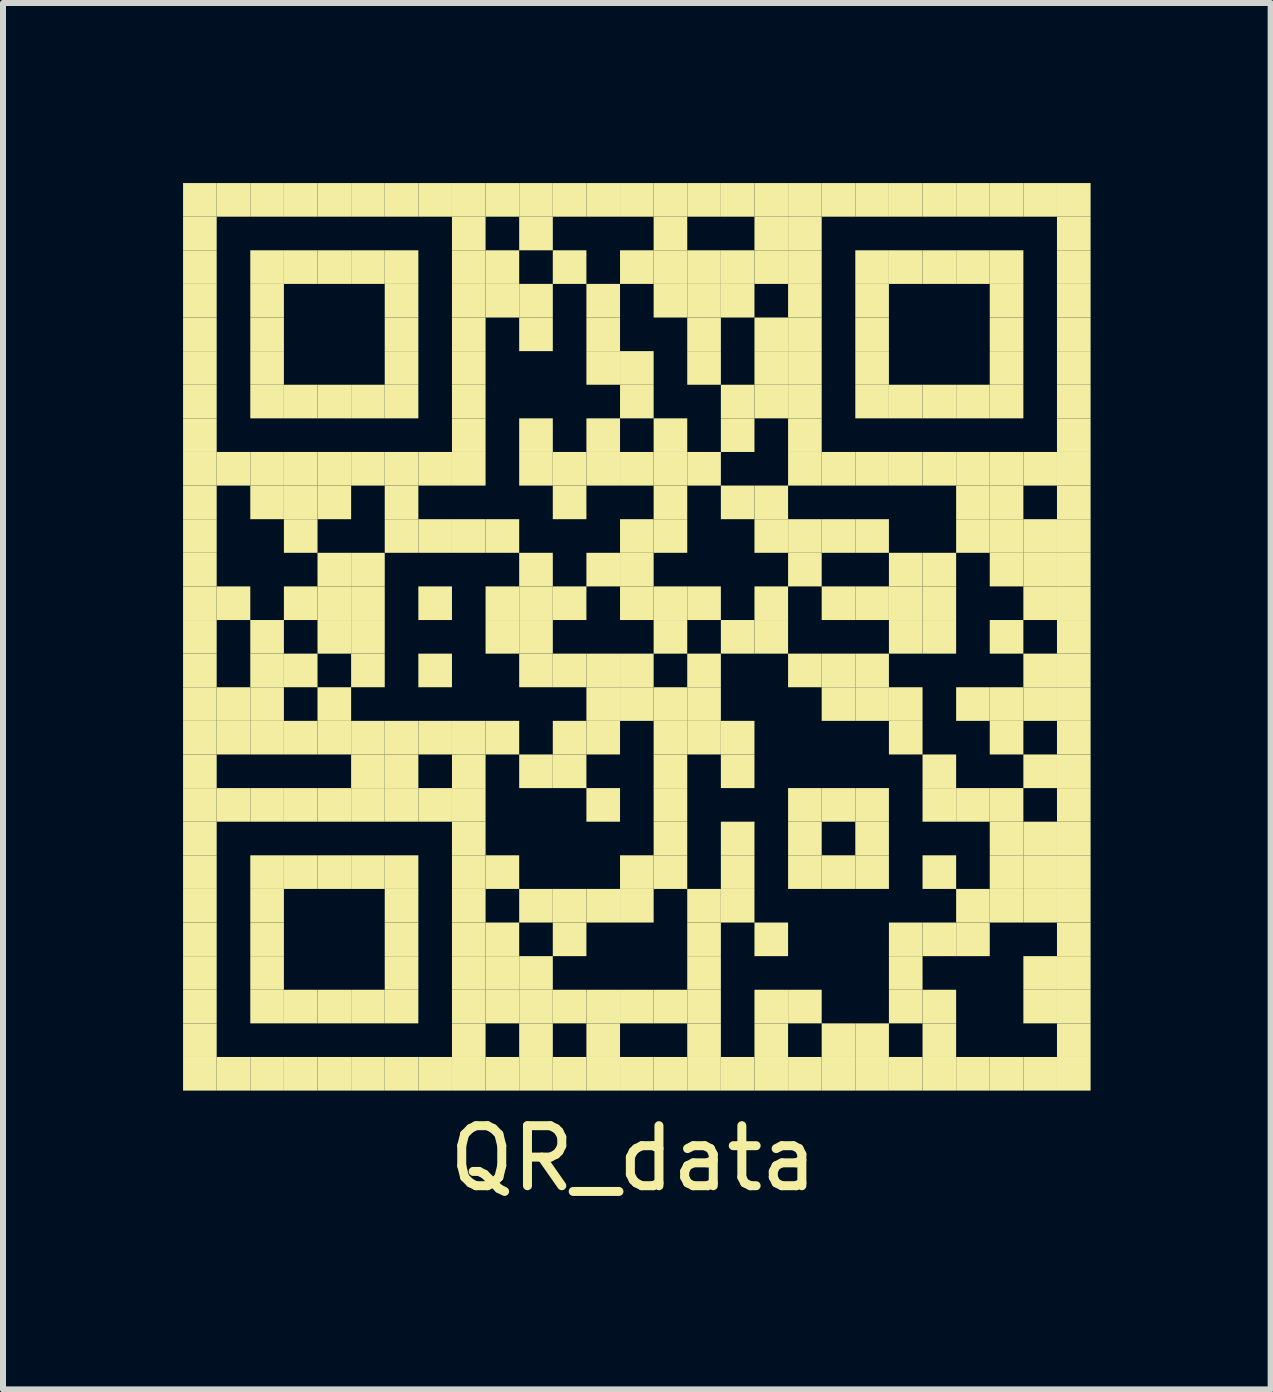
<source format=kicad_pcb>
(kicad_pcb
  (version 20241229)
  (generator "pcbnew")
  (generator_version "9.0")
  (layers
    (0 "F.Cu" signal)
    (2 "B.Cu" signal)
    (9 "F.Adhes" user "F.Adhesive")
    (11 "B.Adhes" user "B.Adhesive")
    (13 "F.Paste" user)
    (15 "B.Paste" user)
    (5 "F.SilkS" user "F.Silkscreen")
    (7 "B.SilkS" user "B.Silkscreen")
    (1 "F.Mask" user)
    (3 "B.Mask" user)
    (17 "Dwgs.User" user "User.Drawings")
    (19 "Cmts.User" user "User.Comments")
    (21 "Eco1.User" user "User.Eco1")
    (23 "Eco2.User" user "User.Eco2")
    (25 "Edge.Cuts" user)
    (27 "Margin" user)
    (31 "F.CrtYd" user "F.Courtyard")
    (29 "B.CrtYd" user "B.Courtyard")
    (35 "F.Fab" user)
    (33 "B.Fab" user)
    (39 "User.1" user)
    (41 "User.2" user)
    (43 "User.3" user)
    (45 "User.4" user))
  (footprint "QR_data"
    (layer "F.Cu")
    (at 7.5 7.5)
    (property "Reference" "QR_data" (at 0 8.75 0) (layer "F.SilkS") (effects (font (size 1 1) (thickness 0.15))))
    (attr exclude_from_pos_files exclude_from_bom)
    (fp_poly (pts (xy -7.5 -7.5) (xy -7.5 -6.94) (xy -6.94 -6.94) (xy -6.94 -7.5)) (stroke (width 0) (type solid)) (fill yes) (layer "F.SilkS"))
    (fp_poly (pts (xy -7.5 -6.94) (xy -7.5 -6.38) (xy -6.94 -6.38) (xy -6.94 -6.94)) (stroke (width 0) (type solid)) (fill yes) (layer "F.SilkS"))
    (fp_poly (pts (xy -7.5 -6.38) (xy -7.5 -5.82) (xy -6.94 -5.82) (xy -6.94 -6.38)) (stroke (width 0) (type solid)) (fill yes) (layer "F.SilkS"))
    (fp_poly (pts (xy -7.5 -5.82) (xy -7.5 -5.26) (xy -6.94 -5.26) (xy -6.94 -5.82)) (stroke (width 0) (type solid)) (fill yes) (layer "F.SilkS"))
    (fp_poly (pts (xy -7.5 -5.26) (xy -7.5 -4.7) (xy -6.94 -4.7) (xy -6.94 -5.26)) (stroke (width 0) (type solid)) (fill yes) (layer "F.SilkS"))
    (fp_poly (pts (xy -7.5 -4.7) (xy -7.5 -4.14) (xy -6.94 -4.14) (xy -6.94 -4.7)) (stroke (width 0) (type solid)) (fill yes) (layer "F.SilkS"))
    (fp_poly (pts (xy -7.5 -4.14) (xy -7.5 -3.58) (xy -6.94 -3.58) (xy -6.94 -4.14)) (stroke (width 0) (type solid)) (fill yes) (layer "F.SilkS"))
    (fp_poly (pts (xy -7.5 -3.58) (xy -7.5 -3.02) (xy -6.94 -3.02) (xy -6.94 -3.58)) (stroke (width 0) (type solid)) (fill yes) (layer "F.SilkS"))
    (fp_poly (pts (xy -7.5 -3.02) (xy -7.5 -2.46) (xy -6.94 -2.46) (xy -6.94 -3.02)) (stroke (width 0) (type solid)) (fill yes) (layer "F.SilkS"))
    (fp_poly (pts (xy -7.5 -2.46) (xy -7.5 -1.9) (xy -6.94 -1.9) (xy -6.94 -2.46)) (stroke (width 0) (type solid)) (fill yes) (layer "F.SilkS"))
    (fp_poly (pts (xy -7.5 -1.9) (xy -7.5 -1.34) (xy -6.94 -1.34) (xy -6.94 -1.9)) (stroke (width 0) (type solid)) (fill yes) (layer "F.SilkS"))
    (fp_poly (pts (xy -7.5 -1.34) (xy -7.5 -0.78) (xy -6.94 -0.78) (xy -6.94 -1.34)) (stroke (width 0) (type solid)) (fill yes) (layer "F.SilkS"))
    (fp_poly (pts (xy -7.5 -0.78) (xy -7.5 -0.22) (xy -6.94 -0.22) (xy -6.94 -0.78)) (stroke (width 0) (type solid)) (fill yes) (layer "F.SilkS"))
    (fp_poly (pts (xy -7.5 -0.22) (xy -7.5 0.34) (xy -6.94 0.34) (xy -6.94 -0.22)) (stroke (width 0) (type solid)) (fill yes) (layer "F.SilkS"))
    (fp_poly (pts (xy -7.5 0.34) (xy -7.5 0.9) (xy -6.94 0.9) (xy -6.94 0.34)) (stroke (width 0) (type solid)) (fill yes) (layer "F.SilkS"))
    (fp_poly (pts (xy -7.5 0.9) (xy -7.5 1.46) (xy -6.94 1.46) (xy -6.94 0.9)) (stroke (width 0) (type solid)) (fill yes) (layer "F.SilkS"))
    (fp_poly (pts (xy -7.5 1.46) (xy -7.5 2.02) (xy -6.94 2.02) (xy -6.94 1.46)) (stroke (width 0) (type solid)) (fill yes) (layer "F.SilkS"))
    (fp_poly (pts (xy -7.5 2.02) (xy -7.5 2.58) (xy -6.94 2.58) (xy -6.94 2.02)) (stroke (width 0) (type solid)) (fill yes) (layer "F.SilkS"))
    (fp_poly (pts (xy -7.5 2.58) (xy -7.5 3.14) (xy -6.94 3.14) (xy -6.94 2.58)) (stroke (width 0) (type solid)) (fill yes) (layer "F.SilkS"))
    (fp_poly (pts (xy -7.5 3.14) (xy -7.5 3.7) (xy -6.94 3.7) (xy -6.94 3.14)) (stroke (width 0) (type solid)) (fill yes) (layer "F.SilkS"))
    (fp_poly (pts (xy -7.5 3.7) (xy -7.5 4.26) (xy -6.94 4.26) (xy -6.94 3.7)) (stroke (width 0) (type solid)) (fill yes) (layer "F.SilkS"))
    (fp_poly (pts (xy -7.5 4.26) (xy -7.5 4.82) (xy -6.94 4.82) (xy -6.94 4.26)) (stroke (width 0) (type solid)) (fill yes) (layer "F.SilkS"))
    (fp_poly (pts (xy -7.5 4.82) (xy -7.5 5.38) (xy -6.94 5.38) (xy -6.94 4.82)) (stroke (width 0) (type solid)) (fill yes) (layer "F.SilkS"))
    (fp_poly (pts (xy -7.5 5.38) (xy -7.5 5.94) (xy -6.94 5.94) (xy -6.94 5.38)) (stroke (width 0) (type solid)) (fill yes) (layer "F.SilkS"))
    (fp_poly (pts (xy -7.5 5.94) (xy -7.5 6.5) (xy -6.94 6.5) (xy -6.94 5.94)) (stroke (width 0) (type solid)) (fill yes) (layer "F.SilkS"))
    (fp_poly (pts (xy -7.5 6.5) (xy -7.5 7.06) (xy -6.94 7.06) (xy -6.94 6.5)) (stroke (width 0) (type solid)) (fill yes) (layer "F.SilkS"))
    (fp_poly (pts (xy -7.5 7.06) (xy -7.5 7.62) (xy -6.94 7.62) (xy -6.94 7.06)) (stroke (width 0) (type solid)) (fill yes) (layer "F.SilkS"))
    (fp_poly (pts (xy -6.94 -7.5) (xy -6.94 -6.94) (xy -6.38 -6.94) (xy -6.38 -7.5)) (stroke (width 0) (type solid)) (fill yes) (layer "F.SilkS"))
    (fp_poly (pts (xy -6.94 -3.02) (xy -6.94 -2.46) (xy -6.38 -2.46) (xy -6.38 -3.02)) (stroke (width 0) (type solid)) (fill yes) (layer "F.SilkS"))
    (fp_poly (pts (xy -6.94 -0.78) (xy -6.94 -0.22) (xy -6.38 -0.22) (xy -6.38 -0.78)) (stroke (width 0) (type solid)) (fill yes) (layer "F.SilkS"))
    (fp_poly (pts (xy -6.94 0.9) (xy -6.94 1.46) (xy -6.38 1.46) (xy -6.38 0.9)) (stroke (width 0) (type solid)) (fill yes) (layer "F.SilkS"))
    (fp_poly (pts (xy -6.94 1.46) (xy -6.94 2.02) (xy -6.38 2.02) (xy -6.38 1.46)) (stroke (width 0) (type solid)) (fill yes) (layer "F.SilkS"))
    (fp_poly (pts (xy -6.94 2.58) (xy -6.94 3.14) (xy -6.38 3.14) (xy -6.38 2.58)) (stroke (width 0) (type solid)) (fill yes) (layer "F.SilkS"))
    (fp_poly (pts (xy -6.94 7.06) (xy -6.94 7.62) (xy -6.38 7.62) (xy -6.38 7.06)) (stroke (width 0) (type solid)) (fill yes) (layer "F.SilkS"))
    (fp_poly (pts (xy -6.38 -7.5) (xy -6.38 -6.94) (xy -5.82 -6.94) (xy -5.82 -7.5)) (stroke (width 0) (type solid)) (fill yes) (layer "F.SilkS"))
    (fp_poly (pts (xy -6.38 -6.38) (xy -6.38 -5.82) (xy -5.82 -5.82) (xy -5.82 -6.38)) (stroke (width 0) (type solid)) (fill yes) (layer "F.SilkS"))
    (fp_poly (pts (xy -6.38 -5.82) (xy -6.38 -5.26) (xy -5.82 -5.26) (xy -5.82 -5.82)) (stroke (width 0) (type solid)) (fill yes) (layer "F.SilkS"))
    (fp_poly (pts (xy -6.38 -5.26) (xy -6.38 -4.7) (xy -5.82 -4.7) (xy -5.82 -5.26)) (stroke (width 0) (type solid)) (fill yes) (layer "F.SilkS"))
    (fp_poly (pts (xy -6.38 -4.7) (xy -6.38 -4.14) (xy -5.82 -4.14) (xy -5.82 -4.7)) (stroke (width 0) (type solid)) (fill yes) (layer "F.SilkS"))
    (fp_poly (pts (xy -6.38 -4.14) (xy -6.38 -3.58) (xy -5.82 -3.58) (xy -5.82 -4.14)) (stroke (width 0) (type solid)) (fill yes) (layer "F.SilkS"))
    (fp_poly (pts (xy -6.38 -3.02) (xy -6.38 -2.46) (xy -5.82 -2.46) (xy -5.82 -3.02)) (stroke (width 0) (type solid)) (fill yes) (layer "F.SilkS"))
    (fp_poly (pts (xy -6.38 -2.46) (xy -6.38 -1.9) (xy -5.82 -1.9) (xy -5.82 -2.46)) (stroke (width 0) (type solid)) (fill yes) (layer "F.SilkS"))
    (fp_poly (pts (xy -6.38 -0.22) (xy -6.38 0.34) (xy -5.82 0.34) (xy -5.82 -0.22)) (stroke (width 0) (type solid)) (fill yes) (layer "F.SilkS"))
    (fp_poly (pts (xy -6.38 0.34) (xy -6.38 0.9) (xy -5.82 0.9) (xy -5.82 0.34)) (stroke (width 0) (type solid)) (fill yes) (layer "F.SilkS"))
    (fp_poly (pts (xy -6.38 0.9) (xy -6.38 1.46) (xy -5.82 1.46) (xy -5.82 0.9)) (stroke (width 0) (type solid)) (fill yes) (layer "F.SilkS"))
    (fp_poly (pts (xy -6.38 1.46) (xy -6.38 2.02) (xy -5.82 2.02) (xy -5.82 1.46)) (stroke (width 0) (type solid)) (fill yes) (layer "F.SilkS"))
    (fp_poly (pts (xy -6.38 2.58) (xy -6.38 3.14) (xy -5.82 3.14) (xy -5.82 2.58)) (stroke (width 0) (type solid)) (fill yes) (layer "F.SilkS"))
    (fp_poly (pts (xy -6.38 3.7) (xy -6.38 4.26) (xy -5.82 4.26) (xy -5.82 3.7)) (stroke (width 0) (type solid)) (fill yes) (layer "F.SilkS"))
    (fp_poly (pts (xy -6.38 4.26) (xy -6.38 4.82) (xy -5.82 4.82) (xy -5.82 4.26)) (stroke (width 0) (type solid)) (fill yes) (layer "F.SilkS"))
    (fp_poly (pts (xy -6.38 4.82) (xy -6.38 5.38) (xy -5.82 5.38) (xy -5.82 4.82)) (stroke (width 0) (type solid)) (fill yes) (layer "F.SilkS"))
    (fp_poly (pts (xy -6.38 5.38) (xy -6.38 5.94) (xy -5.82 5.94) (xy -5.82 5.38)) (stroke (width 0) (type solid)) (fill yes) (layer "F.SilkS"))
    (fp_poly (pts (xy -6.38 5.94) (xy -6.38 6.5) (xy -5.82 6.5) (xy -5.82 5.94)) (stroke (width 0) (type solid)) (fill yes) (layer "F.SilkS"))
    (fp_poly (pts (xy -6.38 7.06) (xy -6.38 7.62) (xy -5.82 7.62) (xy -5.82 7.06)) (stroke (width 0) (type solid)) (fill yes) (layer "F.SilkS"))
    (fp_poly (pts (xy -5.82 -7.5) (xy -5.82 -6.94) (xy -5.26 -6.94) (xy -5.26 -7.5)) (stroke (width 0) (type solid)) (fill yes) (layer "F.SilkS"))
    (fp_poly (pts (xy -5.82 -6.38) (xy -5.82 -5.82) (xy -5.26 -5.82) (xy -5.26 -6.38)) (stroke (width 0) (type solid)) (fill yes) (layer "F.SilkS"))
    (fp_poly (pts (xy -5.82 -4.14) (xy -5.82 -3.58) (xy -5.26 -3.58) (xy -5.26 -4.14)) (stroke (width 0) (type solid)) (fill yes) (layer "F.SilkS"))
    (fp_poly (pts (xy -5.82 -3.02) (xy -5.82 -2.46) (xy -5.26 -2.46) (xy -5.26 -3.02)) (stroke (width 0) (type solid)) (fill yes) (layer "F.SilkS"))
    (fp_poly (pts (xy -5.82 -2.46) (xy -5.82 -1.9) (xy -5.26 -1.9) (xy -5.26 -2.46)) (stroke (width 0) (type solid)) (fill yes) (layer "F.SilkS"))
    (fp_poly (pts (xy -5.82 -1.9) (xy -5.82 -1.34) (xy -5.26 -1.34) (xy -5.26 -1.9)) (stroke (width 0) (type solid)) (fill yes) (layer "F.SilkS"))
    (fp_poly (pts (xy -5.82 -0.78) (xy -5.82 -0.22) (xy -5.26 -0.22) (xy -5.26 -0.78)) (stroke (width 0) (type solid)) (fill yes) (layer "F.SilkS"))
    (fp_poly (pts (xy -5.82 0.34) (xy -5.82 0.9) (xy -5.26 0.9) (xy -5.26 0.34)) (stroke (width 0) (type solid)) (fill yes) (layer "F.SilkS"))
    (fp_poly (pts (xy -5.82 1.46) (xy -5.82 2.02) (xy -5.26 2.02) (xy -5.26 1.46)) (stroke (width 0) (type solid)) (fill yes) (layer "F.SilkS"))
    (fp_poly (pts (xy -5.82 2.58) (xy -5.82 3.14) (xy -5.26 3.14) (xy -5.26 2.58)) (stroke (width 0) (type solid)) (fill yes) (layer "F.SilkS"))
    (fp_poly (pts (xy -5.82 3.7) (xy -5.82 4.26) (xy -5.26 4.26) (xy -5.26 3.7)) (stroke (width 0) (type solid)) (fill yes) (layer "F.SilkS"))
    (fp_poly (pts (xy -5.82 5.94) (xy -5.82 6.5) (xy -5.26 6.5) (xy -5.26 5.94)) (stroke (width 0) (type solid)) (fill yes) (layer "F.SilkS"))
    (fp_poly (pts (xy -5.82 7.06) (xy -5.82 7.62) (xy -5.26 7.62) (xy -5.26 7.06)) (stroke (width 0) (type solid)) (fill yes) (layer "F.SilkS"))
    (fp_poly (pts (xy -5.26 -7.5) (xy -5.26 -6.94) (xy -4.7 -6.94) (xy -4.7 -7.5)) (stroke (width 0) (type solid)) (fill yes) (layer "F.SilkS"))
    (fp_poly (pts (xy -5.26 -6.38) (xy -5.26 -5.82) (xy -4.7 -5.82) (xy -4.7 -6.38)) (stroke (width 0) (type solid)) (fill yes) (layer "F.SilkS"))
    (fp_poly (pts (xy -5.26 -4.14) (xy -5.26 -3.58) (xy -4.7 -3.58) (xy -4.7 -4.14)) (stroke (width 0) (type solid)) (fill yes) (layer "F.SilkS"))
    (fp_poly (pts (xy -5.26 -3.02) (xy -5.26 -2.46) (xy -4.7 -2.46) (xy -4.7 -3.02)) (stroke (width 0) (type solid)) (fill yes) (layer "F.SilkS"))
    (fp_poly (pts (xy -5.26 -2.46) (xy -5.26 -1.9) (xy -4.7 -1.9) (xy -4.7 -2.46)) (stroke (width 0) (type solid)) (fill yes) (layer "F.SilkS"))
    (fp_poly (pts (xy -5.26 -1.34) (xy -5.26 -0.78) (xy -4.7 -0.78) (xy -4.7 -1.34)) (stroke (width 0) (type solid)) (fill yes) (layer "F.SilkS"))
    (fp_poly (pts (xy -5.26 -0.78) (xy -5.26 -0.22) (xy -4.7 -0.22) (xy -4.7 -0.78)) (stroke (width 0) (type solid)) (fill yes) (layer "F.SilkS"))
    (fp_poly (pts (xy -5.26 -0.22) (xy -5.26 0.34) (xy -4.7 0.34) (xy -4.7 -0.22)) (stroke (width 0) (type solid)) (fill yes) (layer "F.SilkS"))
    (fp_poly (pts (xy -5.26 0.9) (xy -5.26 1.46) (xy -4.7 1.46) (xy -4.7 0.9)) (stroke (width 0) (type solid)) (fill yes) (layer "F.SilkS"))
    (fp_poly (pts (xy -5.26 1.46) (xy -5.26 2.02) (xy -4.7 2.02) (xy -4.7 1.46)) (stroke (width 0) (type solid)) (fill yes) (layer "F.SilkS"))
    (fp_poly (pts (xy -5.26 2.58) (xy -5.26 3.14) (xy -4.7 3.14) (xy -4.7 2.58)) (stroke (width 0) (type solid)) (fill yes) (layer "F.SilkS"))
    (fp_poly (pts (xy -5.26 3.7) (xy -5.26 4.26) (xy -4.7 4.26) (xy -4.7 3.7)) (stroke (width 0) (type solid)) (fill yes) (layer "F.SilkS"))
    (fp_poly (pts (xy -5.26 5.94) (xy -5.26 6.5) (xy -4.7 6.5) (xy -4.7 5.94)) (stroke (width 0) (type solid)) (fill yes) (layer "F.SilkS"))
    (fp_poly (pts (xy -5.26 7.06) (xy -5.26 7.62) (xy -4.7 7.62) (xy -4.7 7.06)) (stroke (width 0) (type solid)) (fill yes) (layer "F.SilkS"))
    (fp_poly (pts (xy -4.7 -7.5) (xy -4.7 -6.94) (xy -4.14 -6.94) (xy -4.14 -7.5)) (stroke (width 0) (type solid)) (fill yes) (layer "F.SilkS"))
    (fp_poly (pts (xy -4.7 -6.38) (xy -4.7 -5.82) (xy -4.14 -5.82) (xy -4.14 -6.38)) (stroke (width 0) (type solid)) (fill yes) (layer "F.SilkS"))
    (fp_poly (pts (xy -4.7 -4.14) (xy -4.7 -3.58) (xy -4.14 -3.58) (xy -4.14 -4.14)) (stroke (width 0) (type solid)) (fill yes) (layer "F.SilkS"))
    (fp_poly (pts (xy -4.7 -3.02) (xy -4.7 -2.46) (xy -4.14 -2.46) (xy -4.14 -3.02)) (stroke (width 0) (type solid)) (fill yes) (layer "F.SilkS"))
    (fp_poly (pts (xy -4.7 -1.34) (xy -4.7 -0.78) (xy -4.14 -0.78) (xy -4.14 -1.34)) (stroke (width 0) (type solid)) (fill yes) (layer "F.SilkS"))
    (fp_poly (pts (xy -4.7 -0.78) (xy -4.7 -0.22) (xy -4.14 -0.22) (xy -4.14 -0.78)) (stroke (width 0) (type solid)) (fill yes) (layer "F.SilkS"))
    (fp_poly (pts (xy -4.7 -0.22) (xy -4.7 0.34) (xy -4.14 0.34) (xy -4.14 -0.22)) (stroke (width 0) (type solid)) (fill yes) (layer "F.SilkS"))
    (fp_poly (pts (xy -4.7 0.34) (xy -4.7 0.9) (xy -4.14 0.9) (xy -4.14 0.34)) (stroke (width 0) (type solid)) (fill yes) (layer "F.SilkS"))
    (fp_poly (pts (xy -4.7 1.46) (xy -4.7 2.02) (xy -4.14 2.02) (xy -4.14 1.46)) (stroke (width 0) (type solid)) (fill yes) (layer "F.SilkS"))
    (fp_poly (pts (xy -4.7 2.02) (xy -4.7 2.58) (xy -4.14 2.58) (xy -4.14 2.02)) (stroke (width 0) (type solid)) (fill yes) (layer "F.SilkS"))
    (fp_poly (pts (xy -4.7 2.58) (xy -4.7 3.14) (xy -4.14 3.14) (xy -4.14 2.58)) (stroke (width 0) (type solid)) (fill yes) (layer "F.SilkS"))
    (fp_poly (pts (xy -4.7 3.7) (xy -4.7 4.26) (xy -4.14 4.26) (xy -4.14 3.7)) (stroke (width 0) (type solid)) (fill yes) (layer "F.SilkS"))
    (fp_poly (pts (xy -4.7 5.94) (xy -4.7 6.5) (xy -4.14 6.5) (xy -4.14 5.94)) (stroke (width 0) (type solid)) (fill yes) (layer "F.SilkS"))
    (fp_poly (pts (xy -4.7 7.06) (xy -4.7 7.62) (xy -4.14 7.62) (xy -4.14 7.06)) (stroke (width 0) (type solid)) (fill yes) (layer "F.SilkS"))
    (fp_poly (pts (xy -4.14 -7.5) (xy -4.14 -6.94) (xy -3.58 -6.94) (xy -3.58 -7.5)) (stroke (width 0) (type solid)) (fill yes) (layer "F.SilkS"))
    (fp_poly (pts (xy -4.14 -6.38) (xy -4.14 -5.82) (xy -3.58 -5.82) (xy -3.58 -6.38)) (stroke (width 0) (type solid)) (fill yes) (layer "F.SilkS"))
    (fp_poly (pts (xy -4.14 -5.82) (xy -4.14 -5.26) (xy -3.58 -5.26) (xy -3.58 -5.82)) (stroke (width 0) (type solid)) (fill yes) (layer "F.SilkS"))
    (fp_poly (pts (xy -4.14 -5.26) (xy -4.14 -4.7) (xy -3.58 -4.7) (xy -3.58 -5.26)) (stroke (width 0) (type solid)) (fill yes) (layer "F.SilkS"))
    (fp_poly (pts (xy -4.14 -4.7) (xy -4.14 -4.14) (xy -3.58 -4.14) (xy -3.58 -4.7)) (stroke (width 0) (type solid)) (fill yes) (layer "F.SilkS"))
    (fp_poly (pts (xy -4.14 -4.14) (xy -4.14 -3.58) (xy -3.58 -3.58) (xy -3.58 -4.14)) (stroke (width 0) (type solid)) (fill yes) (layer "F.SilkS"))
    (fp_poly (pts (xy -4.14 -3.02) (xy -4.14 -2.46) (xy -3.58 -2.46) (xy -3.58 -3.02)) (stroke (width 0) (type solid)) (fill yes) (layer "F.SilkS"))
    (fp_poly (pts (xy -4.14 -2.46) (xy -4.14 -1.9) (xy -3.58 -1.9) (xy -3.58 -2.46)) (stroke (width 0) (type solid)) (fill yes) (layer "F.SilkS"))
    (fp_poly (pts (xy -4.14 -1.9) (xy -4.14 -1.34) (xy -3.58 -1.34) (xy -3.58 -1.9)) (stroke (width 0) (type solid)) (fill yes) (layer "F.SilkS"))
    (fp_poly (pts (xy -4.14 1.46) (xy -4.14 2.02) (xy -3.58 2.02) (xy -3.58 1.46)) (stroke (width 0) (type solid)) (fill yes) (layer "F.SilkS"))
    (fp_poly (pts (xy -4.14 2.02) (xy -4.14 2.58) (xy -3.58 2.58) (xy -3.58 2.02)) (stroke (width 0) (type solid)) (fill yes) (layer "F.SilkS"))
    (fp_poly (pts (xy -4.14 2.58) (xy -4.14 3.14) (xy -3.58 3.14) (xy -3.58 2.58)) (stroke (width 0) (type solid)) (fill yes) (layer "F.SilkS"))
    (fp_poly (pts (xy -4.14 3.7) (xy -4.14 4.26) (xy -3.58 4.26) (xy -3.58 3.7)) (stroke (width 0) (type solid)) (fill yes) (layer "F.SilkS"))
    (fp_poly (pts (xy -4.14 4.26) (xy -4.14 4.82) (xy -3.58 4.82) (xy -3.58 4.26)) (stroke (width 0) (type solid)) (fill yes) (layer "F.SilkS"))
    (fp_poly (pts (xy -4.14 4.82) (xy -4.14 5.38) (xy -3.58 5.38) (xy -3.58 4.82)) (stroke (width 0) (type solid)) (fill yes) (layer "F.SilkS"))
    (fp_poly (pts (xy -4.14 5.38) (xy -4.14 5.94) (xy -3.58 5.94) (xy -3.58 5.38)) (stroke (width 0) (type solid)) (fill yes) (layer "F.SilkS"))
    (fp_poly (pts (xy -4.14 5.94) (xy -4.14 6.5) (xy -3.58 6.5) (xy -3.58 5.94)) (stroke (width 0) (type solid)) (fill yes) (layer "F.SilkS"))
    (fp_poly (pts (xy -4.14 7.06) (xy -4.14 7.62) (xy -3.58 7.62) (xy -3.58 7.06)) (stroke (width 0) (type solid)) (fill yes) (layer "F.SilkS"))
    (fp_poly (pts (xy -3.58 -7.5) (xy -3.58 -6.94) (xy -3.02 -6.94) (xy -3.02 -7.5)) (stroke (width 0) (type solid)) (fill yes) (layer "F.SilkS"))
    (fp_poly (pts (xy -3.58 -3.02) (xy -3.58 -2.46) (xy -3.02 -2.46) (xy -3.02 -3.02)) (stroke (width 0) (type solid)) (fill yes) (layer "F.SilkS"))
    (fp_poly (pts (xy -3.58 -1.9) (xy -3.58 -1.34) (xy -3.02 -1.34) (xy -3.02 -1.9)) (stroke (width 0) (type solid)) (fill yes) (layer "F.SilkS"))
    (fp_poly (pts (xy -3.58 -0.78) (xy -3.58 -0.22) (xy -3.02 -0.22) (xy -3.02 -0.78)) (stroke (width 0) (type solid)) (fill yes) (layer "F.SilkS"))
    (fp_poly (pts (xy -3.58 0.34) (xy -3.58 0.9) (xy -3.02 0.9) (xy -3.02 0.34)) (stroke (width 0) (type solid)) (fill yes) (layer "F.SilkS"))
    (fp_poly (pts (xy -3.58 1.46) (xy -3.58 2.02) (xy -3.02 2.02) (xy -3.02 1.46)) (stroke (width 0) (type solid)) (fill yes) (layer "F.SilkS"))
    (fp_poly (pts (xy -3.58 2.58) (xy -3.58 3.14) (xy -3.02 3.14) (xy -3.02 2.58)) (stroke (width 0) (type solid)) (fill yes) (layer "F.SilkS"))
    (fp_poly (pts (xy -3.58 7.06) (xy -3.58 7.62) (xy -3.02 7.62) (xy -3.02 7.06)) (stroke (width 0) (type solid)) (fill yes) (layer "F.SilkS"))
    (fp_poly (pts (xy -3.02 -7.5) (xy -3.02 -6.94) (xy -2.46 -6.94) (xy -2.46 -7.5)) (stroke (width 0) (type solid)) (fill yes) (layer "F.SilkS"))
    (fp_poly (pts (xy -3.02 -6.94) (xy -3.02 -6.38) (xy -2.46 -6.38) (xy -2.46 -6.94)) (stroke (width 0) (type solid)) (fill yes) (layer "F.SilkS"))
    (fp_poly (pts (xy -3.02 -6.38) (xy -3.02 -5.82) (xy -2.46 -5.82) (xy -2.46 -6.38)) (stroke (width 0) (type solid)) (fill yes) (layer "F.SilkS"))
    (fp_poly (pts (xy -3.02 -5.82) (xy -3.02 -5.26) (xy -2.46 -5.26) (xy -2.46 -5.82)) (stroke (width 0) (type solid)) (fill yes) (layer "F.SilkS"))
    (fp_poly (pts (xy -3.02 -5.26) (xy -3.02 -4.7) (xy -2.46 -4.7) (xy -2.46 -5.26)) (stroke (width 0) (type solid)) (fill yes) (layer "F.SilkS"))
    (fp_poly (pts (xy -3.02 -4.7) (xy -3.02 -4.14) (xy -2.46 -4.14) (xy -2.46 -4.7)) (stroke (width 0) (type solid)) (fill yes) (layer "F.SilkS"))
    (fp_poly (pts (xy -3.02 -4.14) (xy -3.02 -3.58) (xy -2.46 -3.58) (xy -2.46 -4.14)) (stroke (width 0) (type solid)) (fill yes) (layer "F.SilkS"))
    (fp_poly (pts (xy -3.02 -3.58) (xy -3.02 -3.02) (xy -2.46 -3.02) (xy -2.46 -3.58)) (stroke (width 0) (type solid)) (fill yes) (layer "F.SilkS"))
    (fp_poly (pts (xy -3.02 -3.02) (xy -3.02 -2.46) (xy -2.46 -2.46) (xy -2.46 -3.02)) (stroke (width 0) (type solid)) (fill yes) (layer "F.SilkS"))
    (fp_poly (pts (xy -3.02 -1.9) (xy -3.02 -1.34) (xy -2.46 -1.34) (xy -2.46 -1.9)) (stroke (width 0) (type solid)) (fill yes) (layer "F.SilkS"))
    (fp_poly (pts (xy -3.02 1.46) (xy -3.02 2.02) (xy -2.46 2.02) (xy -2.46 1.46)) (stroke (width 0) (type solid)) (fill yes) (layer "F.SilkS"))
    (fp_poly (pts (xy -3.02 2.02) (xy -3.02 2.58) (xy -2.46 2.58) (xy -2.46 2.02)) (stroke (width 0) (type solid)) (fill yes) (layer "F.SilkS"))
    (fp_poly (pts (xy -3.02 2.58) (xy -3.02 3.14) (xy -2.46 3.14) (xy -2.46 2.58)) (stroke (width 0) (type solid)) (fill yes) (layer "F.SilkS"))
    (fp_poly (pts (xy -3.02 3.14) (xy -3.02 3.7) (xy -2.46 3.7) (xy -2.46 3.14)) (stroke (width 0) (type solid)) (fill yes) (layer "F.SilkS"))
    (fp_poly (pts (xy -3.02 3.7) (xy -3.02 4.26) (xy -2.46 4.26) (xy -2.46 3.7)) (stroke (width 0) (type solid)) (fill yes) (layer "F.SilkS"))
    (fp_poly (pts (xy -3.02 4.26) (xy -3.02 4.82) (xy -2.46 4.82) (xy -2.46 4.26)) (stroke (width 0) (type solid)) (fill yes) (layer "F.SilkS"))
    (fp_poly (pts (xy -3.02 4.82) (xy -3.02 5.38) (xy -2.46 5.38) (xy -2.46 4.82)) (stroke (width 0) (type solid)) (fill yes) (layer "F.SilkS"))
    (fp_poly (pts (xy -3.02 5.38) (xy -3.02 5.94) (xy -2.46 5.94) (xy -2.46 5.38)) (stroke (width 0) (type solid)) (fill yes) (layer "F.SilkS"))
    (fp_poly (pts (xy -3.02 5.94) (xy -3.02 6.5) (xy -2.46 6.5) (xy -2.46 5.94)) (stroke (width 0) (type solid)) (fill yes) (layer "F.SilkS"))
    (fp_poly (pts (xy -3.02 6.5) (xy -3.02 7.06) (xy -2.46 7.06) (xy -2.46 6.5)) (stroke (width 0) (type solid)) (fill yes) (layer "F.SilkS"))
    (fp_poly (pts (xy -3.02 7.06) (xy -3.02 7.62) (xy -2.46 7.62) (xy -2.46 7.06)) (stroke (width 0) (type solid)) (fill yes) (layer "F.SilkS"))
    (fp_poly (pts (xy -2.46 -7.5) (xy -2.46 -6.94) (xy -1.9 -6.94) (xy -1.9 -7.5)) (stroke (width 0) (type solid)) (fill yes) (layer "F.SilkS"))
    (fp_poly (pts (xy -2.46 -6.38) (xy -2.46 -5.82) (xy -1.9 -5.82) (xy -1.9 -6.38)) (stroke (width 0) (type solid)) (fill yes) (layer "F.SilkS"))
    (fp_poly (pts (xy -2.46 -5.82) (xy -2.46 -5.26) (xy -1.9 -5.26) (xy -1.9 -5.82)) (stroke (width 0) (type solid)) (fill yes) (layer "F.SilkS"))
    (fp_poly (pts (xy -2.46 -1.9) (xy -2.46 -1.34) (xy -1.9 -1.34) (xy -1.9 -1.9)) (stroke (width 0) (type solid)) (fill yes) (layer "F.SilkS"))
    (fp_poly (pts (xy -2.46 -0.78) (xy -2.46 -0.22) (xy -1.9 -0.22) (xy -1.9 -0.78)) (stroke (width 0) (type solid)) (fill yes) (layer "F.SilkS"))
    (fp_poly (pts (xy -2.46 -0.22) (xy -2.46 0.34) (xy -1.9 0.34) (xy -1.9 -0.22)) (stroke (width 0) (type solid)) (fill yes) (layer "F.SilkS"))
    (fp_poly (pts (xy -2.46 1.46) (xy -2.46 2.02) (xy -1.9 2.02) (xy -1.9 1.46)) (stroke (width 0) (type solid)) (fill yes) (layer "F.SilkS"))
    (fp_poly (pts (xy -2.46 3.7) (xy -2.46 4.26) (xy -1.9 4.26) (xy -1.9 3.7)) (stroke (width 0) (type solid)) (fill yes) (layer "F.SilkS"))
    (fp_poly (pts (xy -2.46 4.82) (xy -2.46 5.38) (xy -1.9 5.38) (xy -1.9 4.82)) (stroke (width 0) (type solid)) (fill yes) (layer "F.SilkS"))
    (fp_poly (pts (xy -2.46 5.38) (xy -2.46 5.94) (xy -1.9 5.94) (xy -1.9 5.38)) (stroke (width 0) (type solid)) (fill yes) (layer "F.SilkS"))
    (fp_poly (pts (xy -2.46 5.94) (xy -2.46 6.5) (xy -1.9 6.5) (xy -1.9 5.94)) (stroke (width 0) (type solid)) (fill yes) (layer "F.SilkS"))
    (fp_poly (pts (xy -2.46 7.06) (xy -2.46 7.62) (xy -1.9 7.62) (xy -1.9 7.06)) (stroke (width 0) (type solid)) (fill yes) (layer "F.SilkS"))
    (fp_poly (pts (xy -1.9 -7.5) (xy -1.9 -6.94) (xy -1.34 -6.94) (xy -1.34 -7.5)) (stroke (width 0) (type solid)) (fill yes) (layer "F.SilkS"))
    (fp_poly (pts (xy -1.9 -6.94) (xy -1.9 -6.38) (xy -1.34 -6.38) (xy -1.34 -6.94)) (stroke (width 0) (type solid)) (fill yes) (layer "F.SilkS"))
    (fp_poly (pts (xy -1.9 -5.82) (xy -1.9 -5.26) (xy -1.34 -5.26) (xy -1.34 -5.82)) (stroke (width 0) (type solid)) (fill yes) (layer "F.SilkS"))
    (fp_poly (pts (xy -1.9 -5.26) (xy -1.9 -4.7) (xy -1.34 -4.7) (xy -1.34 -5.26)) (stroke (width 0) (type solid)) (fill yes) (layer "F.SilkS"))
    (fp_poly (pts (xy -1.9 -3.58) (xy -1.9 -3.02) (xy -1.34 -3.02) (xy -1.34 -3.58)) (stroke (width 0) (type solid)) (fill yes) (layer "F.SilkS"))
    (fp_poly (pts (xy -1.9 -3.02) (xy -1.9 -2.46) (xy -1.34 -2.46) (xy -1.34 -3.02)) (stroke (width 0) (type solid)) (fill yes) (layer "F.SilkS"))
    (fp_poly (pts (xy -1.9 -1.34) (xy -1.9 -0.78) (xy -1.34 -0.78) (xy -1.34 -1.34)) (stroke (width 0) (type solid)) (fill yes) (layer "F.SilkS"))
    (fp_poly (pts (xy -1.9 -0.78) (xy -1.9 -0.22) (xy -1.34 -0.22) (xy -1.34 -0.78)) (stroke (width 0) (type solid)) (fill yes) (layer "F.SilkS"))
    (fp_poly (pts (xy -1.9 -0.22) (xy -1.9 0.34) (xy -1.34 0.34) (xy -1.34 -0.22)) (stroke (width 0) (type solid)) (fill yes) (layer "F.SilkS"))
    (fp_poly (pts (xy -1.9 0.34) (xy -1.9 0.9) (xy -1.34 0.9) (xy -1.34 0.34)) (stroke (width 0) (type solid)) (fill yes) (layer "F.SilkS"))
    (fp_poly (pts (xy -1.9 2.02) (xy -1.9 2.58) (xy -1.34 2.58) (xy -1.34 2.02)) (stroke (width 0) (type solid)) (fill yes) (layer "F.SilkS"))
    (fp_poly (pts (xy -1.9 4.26) (xy -1.9 4.82) (xy -1.34 4.82) (xy -1.34 4.26)) (stroke (width 0) (type solid)) (fill yes) (layer "F.SilkS"))
    (fp_poly (pts (xy -1.9 5.38) (xy -1.9 5.94) (xy -1.34 5.94) (xy -1.34 5.38)) (stroke (width 0) (type solid)) (fill yes) (layer "F.SilkS"))
    (fp_poly (pts (xy -1.9 5.94) (xy -1.9 6.5) (xy -1.34 6.5) (xy -1.34 5.94)) (stroke (width 0) (type solid)) (fill yes) (layer "F.SilkS"))
    (fp_poly (pts (xy -1.9 6.5) (xy -1.9 7.06) (xy -1.34 7.06) (xy -1.34 6.5)) (stroke (width 0) (type solid)) (fill yes) (layer "F.SilkS"))
    (fp_poly (pts (xy -1.9 7.06) (xy -1.9 7.62) (xy -1.34 7.62) (xy -1.34 7.06)) (stroke (width 0) (type solid)) (fill yes) (layer "F.SilkS"))
    (fp_poly (pts (xy -1.34 -7.5) (xy -1.34 -6.94) (xy -0.78 -6.94) (xy -0.78 -7.5)) (stroke (width 0) (type solid)) (fill yes) (layer "F.SilkS"))
    (fp_poly (pts (xy -1.34 -6.38) (xy -1.34 -5.82) (xy -0.78 -5.82) (xy -0.78 -6.38)) (stroke (width 0) (type solid)) (fill yes) (layer "F.SilkS"))
    (fp_poly (pts (xy -1.34 -3.02) (xy -1.34 -2.46) (xy -0.78 -2.46) (xy -0.78 -3.02)) (stroke (width 0) (type solid)) (fill yes) (layer "F.SilkS"))
    (fp_poly (pts (xy -1.34 -2.46) (xy -1.34 -1.9) (xy -0.78 -1.9) (xy -0.78 -2.46)) (stroke (width 0) (type solid)) (fill yes) (layer "F.SilkS"))
    (fp_poly (pts (xy -1.34 -0.78) (xy -1.34 -0.22) (xy -0.78 -0.22) (xy -0.78 -0.78)) (stroke (width 0) (type solid)) (fill yes) (layer "F.SilkS"))
    (fp_poly (pts (xy -1.34 0.34) (xy -1.34 0.9) (xy -0.78 0.9) (xy -0.78 0.34)) (stroke (width 0) (type solid)) (fill yes) (layer "F.SilkS"))
    (fp_poly (pts (xy -1.34 1.46) (xy -1.34 2.02) (xy -0.78 2.02) (xy -0.78 1.46)) (stroke (width 0) (type solid)) (fill yes) (layer "F.SilkS"))
    (fp_poly (pts (xy -1.34 2.02) (xy -1.34 2.58) (xy -0.78 2.58) (xy -0.78 2.02)) (stroke (width 0) (type solid)) (fill yes) (layer "F.SilkS"))
    (fp_poly (pts (xy -1.34 4.26) (xy -1.34 4.82) (xy -0.78 4.82) (xy -0.78 4.26)) (stroke (width 0) (type solid)) (fill yes) (layer "F.SilkS"))
    (fp_poly (pts (xy -1.34 4.82) (xy -1.34 5.38) (xy -0.78 5.38) (xy -0.78 4.82)) (stroke (width 0) (type solid)) (fill yes) (layer "F.SilkS"))
    (fp_poly (pts (xy -1.34 5.94) (xy -1.34 6.5) (xy -0.78 6.5) (xy -0.78 5.94)) (stroke (width 0) (type solid)) (fill yes) (layer "F.SilkS"))
    (fp_poly (pts (xy -1.34 7.06) (xy -1.34 7.62) (xy -0.78 7.62) (xy -0.78 7.06)) (stroke (width 0) (type solid)) (fill yes) (layer "F.SilkS"))
    (fp_poly (pts (xy -0.78 -7.5) (xy -0.78 -6.94) (xy -0.22 -6.94) (xy -0.22 -7.5)) (stroke (width 0) (type solid)) (fill yes) (layer "F.SilkS"))
    (fp_poly (pts (xy -0.78 -5.82) (xy -0.78 -5.26) (xy -0.22 -5.26) (xy -0.22 -5.82)) (stroke (width 0) (type solid)) (fill yes) (layer "F.SilkS"))
    (fp_poly (pts (xy -0.78 -5.26) (xy -0.78 -4.7) (xy -0.22 -4.7) (xy -0.22 -5.26)) (stroke (width 0) (type solid)) (fill yes) (layer "F.SilkS"))
    (fp_poly (pts (xy -0.78 -4.7) (xy -0.78 -4.14) (xy -0.22 -4.14) (xy -0.22 -4.7)) (stroke (width 0) (type solid)) (fill yes) (layer "F.SilkS"))
    (fp_poly (pts (xy -0.78 -3.58) (xy -0.78 -3.02) (xy -0.22 -3.02) (xy -0.22 -3.58)) (stroke (width 0) (type solid)) (fill yes) (layer "F.SilkS"))
    (fp_poly (pts (xy -0.78 -3.02) (xy -0.78 -2.46) (xy -0.22 -2.46) (xy -0.22 -3.02)) (stroke (width 0) (type solid)) (fill yes) (layer "F.SilkS"))
    (fp_poly (pts (xy -0.78 -1.34) (xy -0.78 -0.78) (xy -0.22 -0.78) (xy -0.22 -1.34)) (stroke (width 0) (type solid)) (fill yes) (layer "F.SilkS"))
    (fp_poly (pts (xy -0.78 0.34) (xy -0.78 0.9) (xy -0.22 0.9) (xy -0.22 0.34)) (stroke (width 0) (type solid)) (fill yes) (layer "F.SilkS"))
    (fp_poly (pts (xy -0.78 0.9) (xy -0.78 1.46) (xy -0.22 1.46) (xy -0.22 0.9)) (stroke (width 0) (type solid)) (fill yes) (layer "F.SilkS"))
    (fp_poly (pts (xy -0.78 1.46) (xy -0.78 2.02) (xy -0.22 2.02) (xy -0.22 1.46)) (stroke (width 0) (type solid)) (fill yes) (layer "F.SilkS"))
    (fp_poly (pts (xy -0.78 2.58) (xy -0.78 3.14) (xy -0.22 3.14) (xy -0.22 2.58)) (stroke (width 0) (type solid)) (fill yes) (layer "F.SilkS"))
    (fp_poly (pts (xy -0.78 4.26) (xy -0.78 4.82) (xy -0.22 4.82) (xy -0.22 4.26)) (stroke (width 0) (type solid)) (fill yes) (layer "F.SilkS"))
    (fp_poly (pts (xy -0.78 5.94) (xy -0.78 6.5) (xy -0.22 6.5) (xy -0.22 5.94)) (stroke (width 0) (type solid)) (fill yes) (layer "F.SilkS"))
    (fp_poly (pts (xy -0.78 6.5) (xy -0.78 7.06) (xy -0.22 7.06) (xy -0.22 6.5)) (stroke (width 0) (type solid)) (fill yes) (layer "F.SilkS"))
    (fp_poly (pts (xy -0.78 7.06) (xy -0.78 7.62) (xy -0.22 7.62) (xy -0.22 7.06)) (stroke (width 0) (type solid)) (fill yes) (layer "F.SilkS"))
    (fp_poly (pts (xy -0.22 -7.5) (xy -0.22 -6.94) (xy 0.34 -6.94) (xy 0.34 -7.5)) (stroke (width 0) (type solid)) (fill yes) (layer "F.SilkS"))
    (fp_poly (pts (xy -0.22 -6.38) (xy -0.22 -5.82) (xy 0.34 -5.82) (xy 0.34 -6.38)) (stroke (width 0) (type solid)) (fill yes) (layer "F.SilkS"))
    (fp_poly (pts (xy -0.22 -4.7) (xy -0.22 -4.14) (xy 0.34 -4.14) (xy 0.34 -4.7)) (stroke (width 0) (type solid)) (fill yes) (layer "F.SilkS"))
    (fp_poly (pts (xy -0.22 -4.14) (xy -0.22 -3.58) (xy 0.34 -3.58) (xy 0.34 -4.14)) (stroke (width 0) (type solid)) (fill yes) (layer "F.SilkS"))
    (fp_poly (pts (xy -0.22 -3.02) (xy -0.22 -2.46) (xy 0.34 -2.46) (xy 0.34 -3.02)) (stroke (width 0) (type solid)) (fill yes) (layer "F.SilkS"))
    (fp_poly (pts (xy -0.22 -1.9) (xy -0.22 -1.34) (xy 0.34 -1.34) (xy 0.34 -1.9)) (stroke (width 0) (type solid)) (fill yes) (layer "F.SilkS"))
    (fp_poly (pts (xy -0.22 -1.34) (xy -0.22 -0.78) (xy 0.34 -0.78) (xy 0.34 -1.34)) (stroke (width 0) (type solid)) (fill yes) (layer "F.SilkS"))
    (fp_poly (pts (xy -0.22 -0.78) (xy -0.22 -0.22) (xy 0.34 -0.22) (xy 0.34 -0.78)) (stroke (width 0) (type solid)) (fill yes) (layer "F.SilkS"))
    (fp_poly (pts (xy -0.22 0.34) (xy -0.22 0.9) (xy 0.34 0.9) (xy 0.34 0.34)) (stroke (width 0) (type solid)) (fill yes) (layer "F.SilkS"))
    (fp_poly (pts (xy -0.22 0.9) (xy -0.22 1.46) (xy 0.34 1.46) (xy 0.34 0.9)) (stroke (width 0) (type solid)) (fill yes) (layer "F.SilkS"))
    (fp_poly (pts (xy -0.22 3.7) (xy -0.22 4.26) (xy 0.34 4.26) (xy 0.34 3.7)) (stroke (width 0) (type solid)) (fill yes) (layer "F.SilkS"))
    (fp_poly (pts (xy -0.22 4.26) (xy -0.22 4.82) (xy 0.34 4.82) (xy 0.34 4.26)) (stroke (width 0) (type solid)) (fill yes) (layer "F.SilkS"))
    (fp_poly (pts (xy -0.22 5.94) (xy -0.22 6.5) (xy 0.34 6.5) (xy 0.34 5.94)) (stroke (width 0) (type solid)) (fill yes) (layer "F.SilkS"))
    (fp_poly (pts (xy -0.22 7.06) (xy -0.22 7.62) (xy 0.34 7.62) (xy 0.34 7.06)) (stroke (width 0) (type solid)) (fill yes) (layer "F.SilkS"))
    (fp_poly (pts (xy 0.34 -7.5) (xy 0.34 -6.94) (xy 0.9 -6.94) (xy 0.9 -7.5)) (stroke (width 0) (type solid)) (fill yes) (layer "F.SilkS"))
    (fp_poly (pts (xy 0.34 -6.94) (xy 0.34 -6.38) (xy 0.9 -6.38) (xy 0.9 -6.94)) (stroke (width 0) (type solid)) (fill yes) (layer "F.SilkS"))
    (fp_poly (pts (xy 0.34 -6.38) (xy 0.34 -5.82) (xy 0.9 -5.82) (xy 0.9 -6.38)) (stroke (width 0) (type solid)) (fill yes) (layer "F.SilkS"))
    (fp_poly (pts (xy 0.34 -5.82) (xy 0.34 -5.26) (xy 0.9 -5.26) (xy 0.9 -5.82)) (stroke (width 0) (type solid)) (fill yes) (layer "F.SilkS"))
    (fp_poly (pts (xy 0.34 -3.58) (xy 0.34 -3.02) (xy 0.9 -3.02) (xy 0.9 -3.58)) (stroke (width 0) (type solid)) (fill yes) (layer "F.SilkS"))
    (fp_poly (pts (xy 0.34 -3.02) (xy 0.34 -2.46) (xy 0.9 -2.46) (xy 0.9 -3.02)) (stroke (width 0) (type solid)) (fill yes) (layer "F.SilkS"))
    (fp_poly (pts (xy 0.34 -2.46) (xy 0.34 -1.9) (xy 0.9 -1.9) (xy 0.9 -2.46)) (stroke (width 0) (type solid)) (fill yes) (layer "F.SilkS"))
    (fp_poly (pts (xy 0.34 -1.9) (xy 0.34 -1.34) (xy 0.9 -1.34) (xy 0.9 -1.9)) (stroke (width 0) (type solid)) (fill yes) (layer "F.SilkS"))
    (fp_poly (pts (xy 0.34 -0.78) (xy 0.34 -0.22) (xy 0.9 -0.22) (xy 0.9 -0.78)) (stroke (width 0) (type solid)) (fill yes) (layer "F.SilkS"))
    (fp_poly (pts (xy 0.34 -0.22) (xy 0.34 0.34) (xy 0.9 0.34) (xy 0.9 -0.22)) (stroke (width 0) (type solid)) (fill yes) (layer "F.SilkS"))
    (fp_poly (pts (xy 0.34 0.9) (xy 0.34 1.46) (xy 0.9 1.46) (xy 0.9 0.9)) (stroke (width 0) (type solid)) (fill yes) (layer "F.SilkS"))
    (fp_poly (pts (xy 0.34 1.46) (xy 0.34 2.02) (xy 0.9 2.02) (xy 0.9 1.46)) (stroke (width 0) (type solid)) (fill yes) (layer "F.SilkS"))
    (fp_poly (pts (xy 0.34 2.02) (xy 0.34 2.58) (xy 0.9 2.58) (xy 0.9 2.02)) (stroke (width 0) (type solid)) (fill yes) (layer "F.SilkS"))
    (fp_poly (pts (xy 0.34 2.58) (xy 0.34 3.14) (xy 0.9 3.14) (xy 0.9 2.58)) (stroke (width 0) (type solid)) (fill yes) (layer "F.SilkS"))
    (fp_poly (pts (xy 0.34 3.14) (xy 0.34 3.7) (xy 0.9 3.7) (xy 0.9 3.14)) (stroke (width 0) (type solid)) (fill yes) (layer "F.SilkS"))
    (fp_poly (pts (xy 0.34 3.7) (xy 0.34 4.26) (xy 0.9 4.26) (xy 0.9 3.7)) (stroke (width 0) (type solid)) (fill yes) (layer "F.SilkS"))
    (fp_poly (pts (xy 0.34 5.94) (xy 0.34 6.5) (xy 0.9 6.5) (xy 0.9 5.94)) (stroke (width 0) (type solid)) (fill yes) (layer "F.SilkS"))
    (fp_poly (pts (xy 0.34 7.06) (xy 0.34 7.62) (xy 0.9 7.62) (xy 0.9 7.06)) (stroke (width 0) (type solid)) (fill yes) (layer "F.SilkS"))
    (fp_poly (pts (xy 0.9 -7.5) (xy 0.9 -6.94) (xy 1.46 -6.94) (xy 1.46 -7.5)) (stroke (width 0) (type solid)) (fill yes) (layer "F.SilkS"))
    (fp_poly (pts (xy 0.9 -6.38) (xy 0.9 -5.82) (xy 1.46 -5.82) (xy 1.46 -6.38)) (stroke (width 0) (type solid)) (fill yes) (layer "F.SilkS"))
    (fp_poly (pts (xy 0.9 -5.82) (xy 0.9 -5.26) (xy 1.46 -5.26) (xy 1.46 -5.82)) (stroke (width 0) (type solid)) (fill yes) (layer "F.SilkS"))
    (fp_poly (pts (xy 0.9 -5.26) (xy 0.9 -4.7) (xy 1.46 -4.7) (xy 1.46 -5.26)) (stroke (width 0) (type solid)) (fill yes) (layer "F.SilkS"))
    (fp_poly (pts (xy 0.9 -4.7) (xy 0.9 -4.14) (xy 1.46 -4.14) (xy 1.46 -4.7)) (stroke (width 0) (type solid)) (fill yes) (layer "F.SilkS"))
    (fp_poly (pts (xy 0.9 -3.02) (xy 0.9 -2.46) (xy 1.46 -2.46) (xy 1.46 -3.02)) (stroke (width 0) (type solid)) (fill yes) (layer "F.SilkS"))
    (fp_poly (pts (xy 0.9 -0.78) (xy 0.9 -0.22) (xy 1.46 -0.22) (xy 1.46 -0.78)) (stroke (width 0) (type solid)) (fill yes) (layer "F.SilkS"))
    (fp_poly (pts (xy 0.9 0.34) (xy 0.9 0.9) (xy 1.46 0.9) (xy 1.46 0.34)) (stroke (width 0) (type solid)) (fill yes) (layer "F.SilkS"))
    (fp_poly (pts (xy 0.9 0.9) (xy 0.9 1.46) (xy 1.46 1.46) (xy 1.46 0.9)) (stroke (width 0) (type solid)) (fill yes) (layer "F.SilkS"))
    (fp_poly (pts (xy 0.9 1.46) (xy 0.9 2.02) (xy 1.46 2.02) (xy 1.46 1.46)) (stroke (width 0) (type solid)) (fill yes) (layer "F.SilkS"))
    (fp_poly (pts (xy 0.9 4.26) (xy 0.9 4.82) (xy 1.46 4.82) (xy 1.46 4.26)) (stroke (width 0) (type solid)) (fill yes) (layer "F.SilkS"))
    (fp_poly (pts (xy 0.9 4.82) (xy 0.9 5.38) (xy 1.46 5.38) (xy 1.46 4.82)) (stroke (width 0) (type solid)) (fill yes) (layer "F.SilkS"))
    (fp_poly (pts (xy 0.9 5.38) (xy 0.9 5.94) (xy 1.46 5.94) (xy 1.46 5.38)) (stroke (width 0) (type solid)) (fill yes) (layer "F.SilkS"))
    (fp_poly (pts (xy 0.9 5.94) (xy 0.9 6.5) (xy 1.46 6.5) (xy 1.46 5.94)) (stroke (width 0) (type solid)) (fill yes) (layer "F.SilkS"))
    (fp_poly (pts (xy 0.9 6.5) (xy 0.9 7.06) (xy 1.46 7.06) (xy 1.46 6.5)) (stroke (width 0) (type solid)) (fill yes) (layer "F.SilkS"))
    (fp_poly (pts (xy 0.9 7.06) (xy 0.9 7.62) (xy 1.46 7.62) (xy 1.46 7.06)) (stroke (width 0) (type solid)) (fill yes) (layer "F.SilkS"))
    (fp_poly (pts (xy 1.46 -7.5) (xy 1.46 -6.94) (xy 2.02 -6.94) (xy 2.02 -7.5)) (stroke (width 0) (type solid)) (fill yes) (layer "F.SilkS"))
    (fp_poly (pts (xy 1.46 -6.38) (xy 1.46 -5.82) (xy 2.02 -5.82) (xy 2.02 -6.38)) (stroke (width 0) (type solid)) (fill yes) (layer "F.SilkS"))
    (fp_poly (pts (xy 1.46 -5.82) (xy 1.46 -5.26) (xy 2.02 -5.26) (xy 2.02 -5.82)) (stroke (width 0) (type solid)) (fill yes) (layer "F.SilkS"))
    (fp_poly (pts (xy 1.46 -4.14) (xy 1.46 -3.58) (xy 2.02 -3.58) (xy 2.02 -4.14)) (stroke (width 0) (type solid)) (fill yes) (layer "F.SilkS"))
    (fp_poly (pts (xy 1.46 -3.58) (xy 1.46 -3.02) (xy 2.02 -3.02) (xy 2.02 -3.58)) (stroke (width 0) (type solid)) (fill yes) (layer "F.SilkS"))
    (fp_poly (pts (xy 1.46 -2.46) (xy 1.46 -1.9) (xy 2.02 -1.9) (xy 2.02 -2.46)) (stroke (width 0) (type solid)) (fill yes) (layer "F.SilkS"))
    (fp_poly (pts (xy 1.46 -0.22) (xy 1.46 0.34) (xy 2.02 0.34) (xy 2.02 -0.22)) (stroke (width 0) (type solid)) (fill yes) (layer "F.SilkS"))
    (fp_poly (pts (xy 1.46 1.46) (xy 1.46 2.02) (xy 2.02 2.02) (xy 2.02 1.46)) (stroke (width 0) (type solid)) (fill yes) (layer "F.SilkS"))
    (fp_poly (pts (xy 1.46 2.02) (xy 1.46 2.58) (xy 2.02 2.58) (xy 2.02 2.02)) (stroke (width 0) (type solid)) (fill yes) (layer "F.SilkS"))
    (fp_poly (pts (xy 1.46 3.14) (xy 1.46 3.7) (xy 2.02 3.7) (xy 2.02 3.14)) (stroke (width 0) (type solid)) (fill yes) (layer "F.SilkS"))
    (fp_poly (pts (xy 1.46 3.7) (xy 1.46 4.26) (xy 2.02 4.26) (xy 2.02 3.7)) (stroke (width 0) (type solid)) (fill yes) (layer "F.SilkS"))
    (fp_poly (pts (xy 1.46 4.26) (xy 1.46 4.82) (xy 2.02 4.82) (xy 2.02 4.26)) (stroke (width 0) (type solid)) (fill yes) (layer "F.SilkS"))
    (fp_poly (pts (xy 1.46 7.06) (xy 1.46 7.62) (xy 2.02 7.62) (xy 2.02 7.06)) (stroke (width 0) (type solid)) (fill yes) (layer "F.SilkS"))
    (fp_poly (pts (xy 2.02 -7.5) (xy 2.02 -6.94) (xy 2.58 -6.94) (xy 2.58 -7.5)) (stroke (width 0) (type solid)) (fill yes) (layer "F.SilkS"))
    (fp_poly (pts (xy 2.02 -6.94) (xy 2.02 -6.38) (xy 2.58 -6.38) (xy 2.58 -6.94)) (stroke (width 0) (type solid)) (fill yes) (layer "F.SilkS"))
    (fp_poly (pts (xy 2.02 -6.38) (xy 2.02 -5.82) (xy 2.58 -5.82) (xy 2.58 -6.38)) (stroke (width 0) (type solid)) (fill yes) (layer "F.SilkS"))
    (fp_poly (pts (xy 2.02 -5.26) (xy 2.02 -4.7) (xy 2.58 -4.7) (xy 2.58 -5.26)) (stroke (width 0) (type solid)) (fill yes) (layer "F.SilkS"))
    (fp_poly (pts (xy 2.02 -4.7) (xy 2.02 -4.14) (xy 2.58 -4.14) (xy 2.58 -4.7)) (stroke (width 0) (type solid)) (fill yes) (layer "F.SilkS"))
    (fp_poly (pts (xy 2.02 -4.14) (xy 2.02 -3.58) (xy 2.58 -3.58) (xy 2.58 -4.14)) (stroke (width 0) (type solid)) (fill yes) (layer "F.SilkS"))
    (fp_poly (pts (xy 2.02 -2.46) (xy 2.02 -1.9) (xy 2.58 -1.9) (xy 2.58 -2.46)) (stroke (width 0) (type solid)) (fill yes) (layer "F.SilkS"))
    (fp_poly (pts (xy 2.02 -1.9) (xy 2.02 -1.34) (xy 2.58 -1.34) (xy 2.58 -1.9)) (stroke (width 0) (type solid)) (fill yes) (layer "F.SilkS"))
    (fp_poly (pts (xy 2.02 -0.78) (xy 2.02 -0.22) (xy 2.58 -0.22) (xy 2.58 -0.78)) (stroke (width 0) (type solid)) (fill yes) (layer "F.SilkS"))
    (fp_poly (pts (xy 2.02 -0.22) (xy 2.02 0.34) (xy 2.58 0.34) (xy 2.58 -0.22)) (stroke (width 0) (type solid)) (fill yes) (layer "F.SilkS"))
    (fp_poly (pts (xy 2.02 4.82) (xy 2.02 5.38) (xy 2.58 5.38) (xy 2.58 4.82)) (stroke (width 0) (type solid)) (fill yes) (layer "F.SilkS"))
    (fp_poly (pts (xy 2.02 5.94) (xy 2.02 6.5) (xy 2.58 6.5) (xy 2.58 5.94)) (stroke (width 0) (type solid)) (fill yes) (layer "F.SilkS"))
    (fp_poly (pts (xy 2.02 6.5) (xy 2.02 7.06) (xy 2.58 7.06) (xy 2.58 6.5)) (stroke (width 0) (type solid)) (fill yes) (layer "F.SilkS"))
    (fp_poly (pts (xy 2.02 7.06) (xy 2.02 7.62) (xy 2.58 7.62) (xy 2.58 7.06)) (stroke (width 0) (type solid)) (fill yes) (layer "F.SilkS"))
    (fp_poly (pts (xy 2.58 -7.5) (xy 2.58 -6.94) (xy 3.14 -6.94) (xy 3.14 -7.5)) (stroke (width 0) (type solid)) (fill yes) (layer "F.SilkS"))
    (fp_poly (pts (xy 2.58 -6.94) (xy 2.58 -6.38) (xy 3.14 -6.38) (xy 3.14 -6.94)) (stroke (width 0) (type solid)) (fill yes) (layer "F.SilkS"))
    (fp_poly (pts (xy 2.58 -6.38) (xy 2.58 -5.82) (xy 3.14 -5.82) (xy 3.14 -6.38)) (stroke (width 0) (type solid)) (fill yes) (layer "F.SilkS"))
    (fp_poly (pts (xy 2.58 -5.82) (xy 2.58 -5.26) (xy 3.14 -5.26) (xy 3.14 -5.82)) (stroke (width 0) (type solid)) (fill yes) (layer "F.SilkS"))
    (fp_poly (pts (xy 2.58 -5.26) (xy 2.58 -4.7) (xy 3.14 -4.7) (xy 3.14 -5.26)) (stroke (width 0) (type solid)) (fill yes) (layer "F.SilkS"))
    (fp_poly (pts (xy 2.58 -4.7) (xy 2.58 -4.14) (xy 3.14 -4.14) (xy 3.14 -4.7)) (stroke (width 0) (type solid)) (fill yes) (layer "F.SilkS"))
    (fp_poly (pts (xy 2.58 -4.14) (xy 2.58 -3.58) (xy 3.14 -3.58) (xy 3.14 -4.14)) (stroke (width 0) (type solid)) (fill yes) (layer "F.SilkS"))
    (fp_poly (pts (xy 2.58 -3.58) (xy 2.58 -3.02) (xy 3.14 -3.02) (xy 3.14 -3.58)) (stroke (width 0) (type solid)) (fill yes) (layer "F.SilkS"))
    (fp_poly (pts (xy 2.58 -3.02) (xy 2.58 -2.46) (xy 3.14 -2.46) (xy 3.14 -3.02)) (stroke (width 0) (type solid)) (fill yes) (layer "F.SilkS"))
    (fp_poly (pts (xy 2.58 -1.9) (xy 2.58 -1.34) (xy 3.14 -1.34) (xy 3.14 -1.9)) (stroke (width 0) (type solid)) (fill yes) (layer "F.SilkS"))
    (fp_poly (pts (xy 2.58 -1.34) (xy 2.58 -0.78) (xy 3.14 -0.78) (xy 3.14 -1.34)) (stroke (width 0) (type solid)) (fill yes) (layer "F.SilkS"))
    (fp_poly (pts (xy 2.58 0.34) (xy 2.58 0.9) (xy 3.14 0.9) (xy 3.14 0.34)) (stroke (width 0) (type solid)) (fill yes) (layer "F.SilkS"))
    (fp_poly (pts (xy 2.58 2.58) (xy 2.58 3.14) (xy 3.14 3.14) (xy 3.14 2.58)) (stroke (width 0) (type solid)) (fill yes) (layer "F.SilkS"))
    (fp_poly (pts (xy 2.58 3.14) (xy 2.58 3.7) (xy 3.14 3.7) (xy 3.14 3.14)) (stroke (width 0) (type solid)) (fill yes) (layer "F.SilkS"))
    (fp_poly (pts (xy 2.58 3.7) (xy 2.58 4.26) (xy 3.14 4.26) (xy 3.14 3.7)) (stroke (width 0) (type solid)) (fill yes) (layer "F.SilkS"))
    (fp_poly (pts (xy 2.58 5.94) (xy 2.58 6.5) (xy 3.14 6.5) (xy 3.14 5.94)) (stroke (width 0) (type solid)) (fill yes) (layer "F.SilkS"))
    (fp_poly (pts (xy 2.58 7.06) (xy 2.58 7.62) (xy 3.14 7.62) (xy 3.14 7.06)) (stroke (width 0) (type solid)) (fill yes) (layer "F.SilkS"))
    (fp_poly (pts (xy 3.14 -7.5) (xy 3.14 -6.94) (xy 3.7 -6.94) (xy 3.7 -7.5)) (stroke (width 0) (type solid)) (fill yes) (layer "F.SilkS"))
    (fp_poly (pts (xy 3.14 -3.02) (xy 3.14 -2.46) (xy 3.7 -2.46) (xy 3.7 -3.02)) (stroke (width 0) (type solid)) (fill yes) (layer "F.SilkS"))
    (fp_poly (pts (xy 3.14 -1.9) (xy 3.14 -1.34) (xy 3.7 -1.34) (xy 3.7 -1.9)) (stroke (width 0) (type solid)) (fill yes) (layer "F.SilkS"))
    (fp_poly (pts (xy 3.14 -0.78) (xy 3.14 -0.22) (xy 3.7 -0.22) (xy 3.7 -0.78)) (stroke (width 0) (type solid)) (fill yes) (layer "F.SilkS"))
    (fp_poly (pts (xy 3.14 0.34) (xy 3.14 0.9) (xy 3.7 0.9) (xy 3.7 0.34)) (stroke (width 0) (type solid)) (fill yes) (layer "F.SilkS"))
    (fp_poly (pts (xy 3.14 0.9) (xy 3.14 1.46) (xy 3.7 1.46) (xy 3.7 0.9)) (stroke (width 0) (type solid)) (fill yes) (layer "F.SilkS"))
    (fp_poly (pts (xy 3.14 2.58) (xy 3.14 3.14) (xy 3.7 3.14) (xy 3.7 2.58)) (stroke (width 0) (type solid)) (fill yes) (layer "F.SilkS"))
    (fp_poly (pts (xy 3.14 3.7) (xy 3.14 4.26) (xy 3.7 4.26) (xy 3.7 3.7)) (stroke (width 0) (type solid)) (fill yes) (layer "F.SilkS"))
    (fp_poly (pts (xy 3.14 6.5) (xy 3.14 7.06) (xy 3.7 7.06) (xy 3.7 6.5)) (stroke (width 0) (type solid)) (fill yes) (layer "F.SilkS"))
    (fp_poly (pts (xy 3.14 7.06) (xy 3.14 7.62) (xy 3.7 7.62) (xy 3.7 7.06)) (stroke (width 0) (type solid)) (fill yes) (layer "F.SilkS"))
    (fp_poly (pts (xy 3.7 -7.5) (xy 3.7 -6.94) (xy 4.26 -6.94) (xy 4.26 -7.5)) (stroke (width 0) (type solid)) (fill yes) (layer "F.SilkS"))
    (fp_poly (pts (xy 3.7 -6.38) (xy 3.7 -5.82) (xy 4.26 -5.82) (xy 4.26 -6.38)) (stroke (width 0) (type solid)) (fill yes) (layer "F.SilkS"))
    (fp_poly (pts (xy 3.7 -5.82) (xy 3.7 -5.26) (xy 4.26 -5.26) (xy 4.26 -5.82)) (stroke (width 0) (type solid)) (fill yes) (layer "F.SilkS"))
    (fp_poly (pts (xy 3.7 -5.26) (xy 3.7 -4.7) (xy 4.26 -4.7) (xy 4.26 -5.26)) (stroke (width 0) (type solid)) (fill yes) (layer "F.SilkS"))
    (fp_poly (pts (xy 3.7 -4.7) (xy 3.7 -4.14) (xy 4.26 -4.14) (xy 4.26 -4.7)) (stroke (width 0) (type solid)) (fill yes) (layer "F.SilkS"))
    (fp_poly (pts (xy 3.7 -4.14) (xy 3.7 -3.58) (xy 4.26 -3.58) (xy 4.26 -4.14)) (stroke (width 0) (type solid)) (fill yes) (layer "F.SilkS"))
    (fp_poly (pts (xy 3.7 -3.02) (xy 3.7 -2.46) (xy 4.26 -2.46) (xy 4.26 -3.02)) (stroke (width 0) (type solid)) (fill yes) (layer "F.SilkS"))
    (fp_poly (pts (xy 3.7 -1.9) (xy 3.7 -1.34) (xy 4.26 -1.34) (xy 4.26 -1.9)) (stroke (width 0) (type solid)) (fill yes) (layer "F.SilkS"))
    (fp_poly (pts (xy 3.7 -0.78) (xy 3.7 -0.22) (xy 4.26 -0.22) (xy 4.26 -0.78)) (stroke (width 0) (type solid)) (fill yes) (layer "F.SilkS"))
    (fp_poly (pts (xy 3.7 0.34) (xy 3.7 0.9) (xy 4.26 0.9) (xy 4.26 0.34)) (stroke (width 0) (type solid)) (fill yes) (layer "F.SilkS"))
    (fp_poly (pts (xy 3.7 0.9) (xy 3.7 1.46) (xy 4.26 1.46) (xy 4.26 0.9)) (stroke (width 0) (type solid)) (fill yes) (layer "F.SilkS"))
    (fp_poly (pts (xy 3.7 2.58) (xy 3.7 3.14) (xy 4.26 3.14) (xy 4.26 2.58)) (stroke (width 0) (type solid)) (fill yes) (layer "F.SilkS"))
    (fp_poly (pts (xy 3.7 3.14) (xy 3.7 3.7) (xy 4.26 3.7) (xy 4.26 3.14)) (stroke (width 0) (type solid)) (fill yes) (layer "F.SilkS"))
    (fp_poly (pts (xy 3.7 3.7) (xy 3.7 4.26) (xy 4.26 4.26) (xy 4.26 3.7)) (stroke (width 0) (type solid)) (fill yes) (layer "F.SilkS"))
    (fp_poly (pts (xy 3.7 6.5) (xy 3.7 7.06) (xy 4.26 7.06) (xy 4.26 6.5)) (stroke (width 0) (type solid)) (fill yes) (layer "F.SilkS"))
    (fp_poly (pts (xy 3.7 7.06) (xy 3.7 7.62) (xy 4.26 7.62) (xy 4.26 7.06)) (stroke (width 0) (type solid)) (fill yes) (layer "F.SilkS"))
    (fp_poly (pts (xy 4.26 -7.5) (xy 4.26 -6.94) (xy 4.82 -6.94) (xy 4.82 -7.5)) (stroke (width 0) (type solid)) (fill yes) (layer "F.SilkS"))
    (fp_poly (pts (xy 4.26 -6.38) (xy 4.26 -5.82) (xy 4.82 -5.82) (xy 4.82 -6.38)) (stroke (width 0) (type solid)) (fill yes) (layer "F.SilkS"))
    (fp_poly (pts (xy 4.26 -4.14) (xy 4.26 -3.58) (xy 4.82 -3.58) (xy 4.82 -4.14)) (stroke (width 0) (type solid)) (fill yes) (layer "F.SilkS"))
    (fp_poly (pts (xy 4.26 -3.02) (xy 4.26 -2.46) (xy 4.82 -2.46) (xy 4.82 -3.02)) (stroke (width 0) (type solid)) (fill yes) (layer "F.SilkS"))
    (fp_poly (pts (xy 4.26 -1.34) (xy 4.26 -0.78) (xy 4.82 -0.78) (xy 4.82 -1.34)) (stroke (width 0) (type solid)) (fill yes) (layer "F.SilkS"))
    (fp_poly (pts (xy 4.26 -0.78) (xy 4.26 -0.22) (xy 4.82 -0.22) (xy 4.82 -0.78)) (stroke (width 0) (type solid)) (fill yes) (layer "F.SilkS"))
    (fp_poly (pts (xy 4.26 -0.22) (xy 4.26 0.34) (xy 4.82 0.34) (xy 4.82 -0.22)) (stroke (width 0) (type solid)) (fill yes) (layer "F.SilkS"))
    (fp_poly (pts (xy 4.26 0.9) (xy 4.26 1.46) (xy 4.82 1.46) (xy 4.82 0.9)) (stroke (width 0) (type solid)) (fill yes) (layer "F.SilkS"))
    (fp_poly (pts (xy 4.26 1.46) (xy 4.26 2.02) (xy 4.82 2.02) (xy 4.82 1.46)) (stroke (width 0) (type solid)) (fill yes) (layer "F.SilkS"))
    (fp_poly (pts (xy 4.26 4.82) (xy 4.26 5.38) (xy 4.82 5.38) (xy 4.82 4.82)) (stroke (width 0) (type solid)) (fill yes) (layer "F.SilkS"))
    (fp_poly (pts (xy 4.26 5.38) (xy 4.26 5.94) (xy 4.82 5.94) (xy 4.82 5.38)) (stroke (width 0) (type solid)) (fill yes) (layer "F.SilkS"))
    (fp_poly (pts (xy 4.26 5.94) (xy 4.26 6.5) (xy 4.82 6.5) (xy 4.82 5.94)) (stroke (width 0) (type solid)) (fill yes) (layer "F.SilkS"))
    (fp_poly (pts (xy 4.26 7.06) (xy 4.26 7.62) (xy 4.82 7.62) (xy 4.82 7.06)) (stroke (width 0) (type solid)) (fill yes) (layer "F.SilkS"))
    (fp_poly (pts (xy 4.82 -7.5) (xy 4.82 -6.94) (xy 5.38 -6.94) (xy 5.38 -7.5)) (stroke (width 0) (type solid)) (fill yes) (layer "F.SilkS"))
    (fp_poly (pts (xy 4.82 -6.38) (xy 4.82 -5.82) (xy 5.38 -5.82) (xy 5.38 -6.38)) (stroke (width 0) (type solid)) (fill yes) (layer "F.SilkS"))
    (fp_poly (pts (xy 4.82 -4.14) (xy 4.82 -3.58) (xy 5.38 -3.58) (xy 5.38 -4.14)) (stroke (width 0) (type solid)) (fill yes) (layer "F.SilkS"))
    (fp_poly (pts (xy 4.82 -3.02) (xy 4.82 -2.46) (xy 5.38 -2.46) (xy 5.38 -3.02)) (stroke (width 0) (type solid)) (fill yes) (layer "F.SilkS"))
    (fp_poly (pts (xy 4.82 -1.34) (xy 4.82 -0.78) (xy 5.38 -0.78) (xy 5.38 -1.34)) (stroke (width 0) (type solid)) (fill yes) (layer "F.SilkS"))
    (fp_poly (pts (xy 4.82 -0.78) (xy 4.82 -0.22) (xy 5.38 -0.22) (xy 5.38 -0.78)) (stroke (width 0) (type solid)) (fill yes) (layer "F.SilkS"))
    (fp_poly (pts (xy 4.82 -0.22) (xy 4.82 0.34) (xy 5.38 0.34) (xy 5.38 -0.22)) (stroke (width 0) (type solid)) (fill yes) (layer "F.SilkS"))
    (fp_poly (pts (xy 4.82 2.02) (xy 4.82 2.58) (xy 5.38 2.58) (xy 5.38 2.02)) (stroke (width 0) (type solid)) (fill yes) (layer "F.SilkS"))
    (fp_poly (pts (xy 4.82 2.58) (xy 4.82 3.14) (xy 5.38 3.14) (xy 5.38 2.58)) (stroke (width 0) (type solid)) (fill yes) (layer "F.SilkS"))
    (fp_poly (pts (xy 4.82 3.7) (xy 4.82 4.26) (xy 5.38 4.26) (xy 5.38 3.7)) (stroke (width 0) (type solid)) (fill yes) (layer "F.SilkS"))
    (fp_poly (pts (xy 4.82 4.82) (xy 4.82 5.38) (xy 5.38 5.38) (xy 5.38 4.82)) (stroke (width 0) (type solid)) (fill yes) (layer "F.SilkS"))
    (fp_poly (pts (xy 4.82 5.94) (xy 4.82 6.5) (xy 5.38 6.5) (xy 5.38 5.94)) (stroke (width 0) (type solid)) (fill yes) (layer "F.SilkS"))
    (fp_poly (pts (xy 4.82 6.5) (xy 4.82 7.06) (xy 5.38 7.06) (xy 5.38 6.5)) (stroke (width 0) (type solid)) (fill yes) (layer "F.SilkS"))
    (fp_poly (pts (xy 4.82 7.06) (xy 4.82 7.62) (xy 5.38 7.62) (xy 5.38 7.06)) (stroke (width 0) (type solid)) (fill yes) (layer "F.SilkS"))
    (fp_poly (pts (xy 5.38 -7.5) (xy 5.38 -6.94) (xy 5.94 -6.94) (xy 5.94 -7.5)) (stroke (width 0) (type solid)) (fill yes) (layer "F.SilkS"))
    (fp_poly (pts (xy 5.38 -6.38) (xy 5.38 -5.82) (xy 5.94 -5.82) (xy 5.94 -6.38)) (stroke (width 0) (type solid)) (fill yes) (layer "F.SilkS"))
    (fp_poly (pts (xy 5.38 -4.14) (xy 5.38 -3.58) (xy 5.94 -3.58) (xy 5.94 -4.14)) (stroke (width 0) (type solid)) (fill yes) (layer "F.SilkS"))
    (fp_poly (pts (xy 5.38 -3.02) (xy 5.38 -2.46) (xy 5.94 -2.46) (xy 5.94 -3.02)) (stroke (width 0) (type solid)) (fill yes) (layer "F.SilkS"))
    (fp_poly (pts (xy 5.38 -2.46) (xy 5.38 -1.9) (xy 5.94 -1.9) (xy 5.94 -2.46)) (stroke (width 0) (type solid)) (fill yes) (layer "F.SilkS"))
    (fp_poly (pts (xy 5.38 -1.9) (xy 5.38 -1.34) (xy 5.94 -1.34) (xy 5.94 -1.9)) (stroke (width 0) (type solid)) (fill yes) (layer "F.SilkS"))
    (fp_poly (pts (xy 5.38 0.9) (xy 5.38 1.46) (xy 5.94 1.46) (xy 5.94 0.9)) (stroke (width 0) (type solid)) (fill yes) (layer "F.SilkS"))
    (fp_poly (pts (xy 5.38 2.58) (xy 5.38 3.14) (xy 5.94 3.14) (xy 5.94 2.58)) (stroke (width 0) (type solid)) (fill yes) (layer "F.SilkS"))
    (fp_poly (pts (xy 5.38 4.26) (xy 5.38 4.82) (xy 5.94 4.82) (xy 5.94 4.26)) (stroke (width 0) (type solid)) (fill yes) (layer "F.SilkS"))
    (fp_poly (pts (xy 5.38 4.82) (xy 5.38 5.38) (xy 5.94 5.38) (xy 5.94 4.82)) (stroke (width 0) (type solid)) (fill yes) (layer "F.SilkS"))
    (fp_poly (pts (xy 5.38 7.06) (xy 5.38 7.62) (xy 5.94 7.62) (xy 5.94 7.06)) (stroke (width 0) (type solid)) (fill yes) (layer "F.SilkS"))
    (fp_poly (pts (xy 5.94 -7.5) (xy 5.94 -6.94) (xy 6.5 -6.94) (xy 6.5 -7.5)) (stroke (width 0) (type solid)) (fill yes) (layer "F.SilkS"))
    (fp_poly (pts (xy 5.94 -6.38) (xy 5.94 -5.82) (xy 6.5 -5.82) (xy 6.5 -6.38)) (stroke (width 0) (type solid)) (fill yes) (layer "F.SilkS"))
    (fp_poly (pts (xy 5.94 -5.82) (xy 5.94 -5.26) (xy 6.5 -5.26) (xy 6.5 -5.82)) (stroke (width 0) (type solid)) (fill yes) (layer "F.SilkS"))
    (fp_poly (pts (xy 5.94 -5.26) (xy 5.94 -4.7) (xy 6.5 -4.7) (xy 6.5 -5.26)) (stroke (width 0) (type solid)) (fill yes) (layer "F.SilkS"))
    (fp_poly (pts (xy 5.94 -4.7) (xy 5.94 -4.14) (xy 6.5 -4.14) (xy 6.5 -4.7)) (stroke (width 0) (type solid)) (fill yes) (layer "F.SilkS"))
    (fp_poly (pts (xy 5.94 -4.14) (xy 5.94 -3.58) (xy 6.5 -3.58) (xy 6.5 -4.14)) (stroke (width 0) (type solid)) (fill yes) (layer "F.SilkS"))
    (fp_poly (pts (xy 5.94 -3.02) (xy 5.94 -2.46) (xy 6.5 -2.46) (xy 6.5 -3.02)) (stroke (width 0) (type solid)) (fill yes) (layer "F.SilkS"))
    (fp_poly (pts (xy 5.94 -2.46) (xy 5.94 -1.9) (xy 6.5 -1.9) (xy 6.5 -2.46)) (stroke (width 0) (type solid)) (fill yes) (layer "F.SilkS"))
    (fp_poly (pts (xy 5.94 -1.9) (xy 5.94 -1.34) (xy 6.5 -1.34) (xy 6.5 -1.9)) (stroke (width 0) (type solid)) (fill yes) (layer "F.SilkS"))
    (fp_poly (pts (xy 5.94 -1.34) (xy 5.94 -0.78) (xy 6.5 -0.78) (xy 6.5 -1.34)) (stroke (width 0) (type solid)) (fill yes) (layer "F.SilkS"))
    (fp_poly (pts (xy 5.94 -0.22) (xy 5.94 0.34) (xy 6.5 0.34) (xy 6.5 -0.22)) (stroke (width 0) (type solid)) (fill yes) (layer "F.SilkS"))
    (fp_poly (pts (xy 5.94 0.9) (xy 5.94 1.46) (xy 6.5 1.46) (xy 6.5 0.9)) (stroke (width 0) (type solid)) (fill yes) (layer "F.SilkS"))
    (fp_poly (pts (xy 5.94 1.46) (xy 5.94 2.02) (xy 6.5 2.02) (xy 6.5 1.46)) (stroke (width 0) (type solid)) (fill yes) (layer "F.SilkS"))
    (fp_poly (pts (xy 5.94 2.58) (xy 5.94 3.14) (xy 6.5 3.14) (xy 6.5 2.58)) (stroke (width 0) (type solid)) (fill yes) (layer "F.SilkS"))
    (fp_poly (pts (xy 5.94 3.14) (xy 5.94 3.7) (xy 6.5 3.7) (xy 6.5 3.14)) (stroke (width 0) (type solid)) (fill yes) (layer "F.SilkS"))
    (fp_poly (pts (xy 5.94 3.7) (xy 5.94 4.26) (xy 6.5 4.26) (xy 6.5 3.7)) (stroke (width 0) (type solid)) (fill yes) (layer "F.SilkS"))
    (fp_poly (pts (xy 5.94 4.26) (xy 5.94 4.82) (xy 6.5 4.82) (xy 6.5 4.26)) (stroke (width 0) (type solid)) (fill yes) (layer "F.SilkS"))
    (fp_poly (pts (xy 5.94 7.06) (xy 5.94 7.62) (xy 6.5 7.62) (xy 6.5 7.06)) (stroke (width 0) (type solid)) (fill yes) (layer "F.SilkS"))
    (fp_poly (pts (xy 6.5 -7.5) (xy 6.5 -6.94) (xy 7.06 -6.94) (xy 7.06 -7.5)) (stroke (width 0) (type solid)) (fill yes) (layer "F.SilkS"))
    (fp_poly (pts (xy 6.5 -3.02) (xy 6.5 -2.46) (xy 7.06 -2.46) (xy 7.06 -3.02)) (stroke (width 0) (type solid)) (fill yes) (layer "F.SilkS"))
    (fp_poly (pts (xy 6.5 -1.9) (xy 6.5 -1.34) (xy 7.06 -1.34) (xy 7.06 -1.9)) (stroke (width 0) (type solid)) (fill yes) (layer "F.SilkS"))
    (fp_poly (pts (xy 6.5 -1.34) (xy 6.5 -0.78) (xy 7.06 -0.78) (xy 7.06 -1.34)) (stroke (width 0) (type solid)) (fill yes) (layer "F.SilkS"))
    (fp_poly (pts (xy 6.5 -0.78) (xy 6.5 -0.22) (xy 7.06 -0.22) (xy 7.06 -0.78)) (stroke (width 0) (type solid)) (fill yes) (layer "F.SilkS"))
    (fp_poly (pts (xy 6.5 0.34) (xy 6.5 0.9) (xy 7.06 0.9) (xy 7.06 0.34)) (stroke (width 0) (type solid)) (fill yes) (layer "F.SilkS"))
    (fp_poly (pts (xy 6.5 0.9) (xy 6.5 1.46) (xy 7.06 1.46) (xy 7.06 0.9)) (stroke (width 0) (type solid)) (fill yes) (layer "F.SilkS"))
    (fp_poly (pts (xy 6.5 2.02) (xy 6.5 2.58) (xy 7.06 2.58) (xy 7.06 2.02)) (stroke (width 0) (type solid)) (fill yes) (layer "F.SilkS"))
    (fp_poly (pts (xy 6.5 3.14) (xy 6.5 3.7) (xy 7.06 3.7) (xy 7.06 3.14)) (stroke (width 0) (type solid)) (fill yes) (layer "F.SilkS"))
    (fp_poly (pts (xy 6.5 3.7) (xy 6.5 4.26) (xy 7.06 4.26) (xy 7.06 3.7)) (stroke (width 0) (type solid)) (fill yes) (layer "F.SilkS"))
    (fp_poly (pts (xy 6.5 4.26) (xy 6.5 4.82) (xy 7.06 4.82) (xy 7.06 4.26)) (stroke (width 0) (type solid)) (fill yes) (layer "F.SilkS"))
    (fp_poly (pts (xy 6.5 5.38) (xy 6.5 5.94) (xy 7.06 5.94) (xy 7.06 5.38)) (stroke (width 0) (type solid)) (fill yes) (layer "F.SilkS"))
    (fp_poly (pts (xy 6.5 5.94) (xy 6.5 6.5) (xy 7.06 6.5) (xy 7.06 5.94)) (stroke (width 0) (type solid)) (fill yes) (layer "F.SilkS"))
    (fp_poly (pts (xy 6.5 7.06) (xy 6.5 7.62) (xy 7.06 7.62) (xy 7.06 7.06)) (stroke (width 0) (type solid)) (fill yes) (layer "F.SilkS"))
    (fp_poly (pts (xy 7.06 -7.5) (xy 7.06 -6.94) (xy 7.62 -6.94) (xy 7.62 -7.5)) (stroke (width 0) (type solid)) (fill yes) (layer "F.SilkS"))
    (fp_poly (pts (xy 7.06 -6.94) (xy 7.06 -6.38) (xy 7.62 -6.38) (xy 7.62 -6.94)) (stroke (width 0) (type solid)) (fill yes) (layer "F.SilkS"))
    (fp_poly (pts (xy 7.06 -6.38) (xy 7.06 -5.82) (xy 7.62 -5.82) (xy 7.62 -6.38)) (stroke (width 0) (type solid)) (fill yes) (layer "F.SilkS"))
    (fp_poly (pts (xy 7.06 -5.82) (xy 7.06 -5.26) (xy 7.62 -5.26) (xy 7.62 -5.82)) (stroke (width 0) (type solid)) (fill yes) (layer "F.SilkS"))
    (fp_poly (pts (xy 7.06 -5.26) (xy 7.06 -4.7) (xy 7.62 -4.7) (xy 7.62 -5.26)) (stroke (width 0) (type solid)) (fill yes) (layer "F.SilkS"))
    (fp_poly (pts (xy 7.06 -4.7) (xy 7.06 -4.14) (xy 7.62 -4.14) (xy 7.62 -4.7)) (stroke (width 0) (type solid)) (fill yes) (layer "F.SilkS"))
    (fp_poly (pts (xy 7.06 -4.14) (xy 7.06 -3.58) (xy 7.62 -3.58) (xy 7.62 -4.14)) (stroke (width 0) (type solid)) (fill yes) (layer "F.SilkS"))
    (fp_poly (pts (xy 7.06 -3.58) (xy 7.06 -3.02) (xy 7.62 -3.02) (xy 7.62 -3.58)) (stroke (width 0) (type solid)) (fill yes) (layer "F.SilkS"))
    (fp_poly (pts (xy 7.06 -3.02) (xy 7.06 -2.46) (xy 7.62 -2.46) (xy 7.62 -3.02)) (stroke (width 0) (type solid)) (fill yes) (layer "F.SilkS"))
    (fp_poly (pts (xy 7.06 -2.46) (xy 7.06 -1.9) (xy 7.62 -1.9) (xy 7.62 -2.46)) (stroke (width 0) (type solid)) (fill yes) (layer "F.SilkS"))
    (fp_poly (pts (xy 7.06 -1.9) (xy 7.06 -1.34) (xy 7.62 -1.34) (xy 7.62 -1.9)) (stroke (width 0) (type solid)) (fill yes) (layer "F.SilkS"))
    (fp_poly (pts (xy 7.06 -1.34) (xy 7.06 -0.78) (xy 7.62 -0.78) (xy 7.62 -1.34)) (stroke (width 0) (type solid)) (fill yes) (layer "F.SilkS"))
    (fp_poly (pts (xy 7.06 -0.78) (xy 7.06 -0.22) (xy 7.62 -0.22) (xy 7.62 -0.78)) (stroke (width 0) (type solid)) (fill yes) (layer "F.SilkS"))
    (fp_poly (pts (xy 7.06 -0.22) (xy 7.06 0.34) (xy 7.62 0.34) (xy 7.62 -0.22)) (stroke (width 0) (type solid)) (fill yes) (layer "F.SilkS"))
    (fp_poly (pts (xy 7.06 0.34) (xy 7.06 0.9) (xy 7.62 0.9) (xy 7.62 0.34)) (stroke (width 0) (type solid)) (fill yes) (layer "F.SilkS"))
    (fp_poly (pts (xy 7.06 0.9) (xy 7.06 1.46) (xy 7.62 1.46) (xy 7.62 0.9)) (stroke (width 0) (type solid)) (fill yes) (layer "F.SilkS"))
    (fp_poly (pts (xy 7.06 1.46) (xy 7.06 2.02) (xy 7.62 2.02) (xy 7.62 1.46)) (stroke (width 0) (type solid)) (fill yes) (layer "F.SilkS"))
    (fp_poly (pts (xy 7.06 2.02) (xy 7.06 2.58) (xy 7.62 2.58) (xy 7.62 2.02)) (stroke (width 0) (type solid)) (fill yes) (layer "F.SilkS"))
    (fp_poly (pts (xy 7.06 2.58) (xy 7.06 3.14) (xy 7.62 3.14) (xy 7.62 2.58)) (stroke (width 0) (type solid)) (fill yes) (layer "F.SilkS"))
    (fp_poly (pts (xy 7.06 3.14) (xy 7.06 3.7) (xy 7.62 3.7) (xy 7.62 3.14)) (stroke (width 0) (type solid)) (fill yes) (layer "F.SilkS"))
    (fp_poly (pts (xy 7.06 3.7) (xy 7.06 4.26) (xy 7.62 4.26) (xy 7.62 3.7)) (stroke (width 0) (type solid)) (fill yes) (layer "F.SilkS"))
    (fp_poly (pts (xy 7.06 4.26) (xy 7.06 4.82) (xy 7.62 4.82) (xy 7.62 4.26)) (stroke (width 0) (type solid)) (fill yes) (layer "F.SilkS"))
    (fp_poly (pts (xy 7.06 4.82) (xy 7.06 5.38) (xy 7.62 5.38) (xy 7.62 4.82)) (stroke (width 0) (type solid)) (fill yes) (layer "F.SilkS"))
    (fp_poly (pts (xy 7.06 5.38) (xy 7.06 5.94) (xy 7.62 5.94) (xy 7.62 5.38)) (stroke (width 0) (type solid)) (fill yes) (layer "F.SilkS"))
    (fp_poly (pts (xy 7.06 5.94) (xy 7.06 6.5) (xy 7.62 6.5) (xy 7.62 5.94)) (stroke (width 0) (type solid)) (fill yes) (layer "F.SilkS"))
    (fp_poly (pts (xy 7.06 6.5) (xy 7.06 7.06) (xy 7.62 7.06) (xy 7.62 6.5)) (stroke (width 0) (type solid)) (fill yes) (layer "F.SilkS"))
    (fp_poly (pts (xy 7.06 7.06) (xy 7.06 7.62) (xy 7.62 7.62) (xy 7.62 7.06)) (stroke (width 0) (type solid)) (fill yes) (layer "F.SilkS")))
  (gr_rect
    (start -3 -3)
    (end 18.12 20.098)
    (stroke (width 0.1) (type default))
    (fill no)
    (layer "Edge.Cuts")))
</source>
